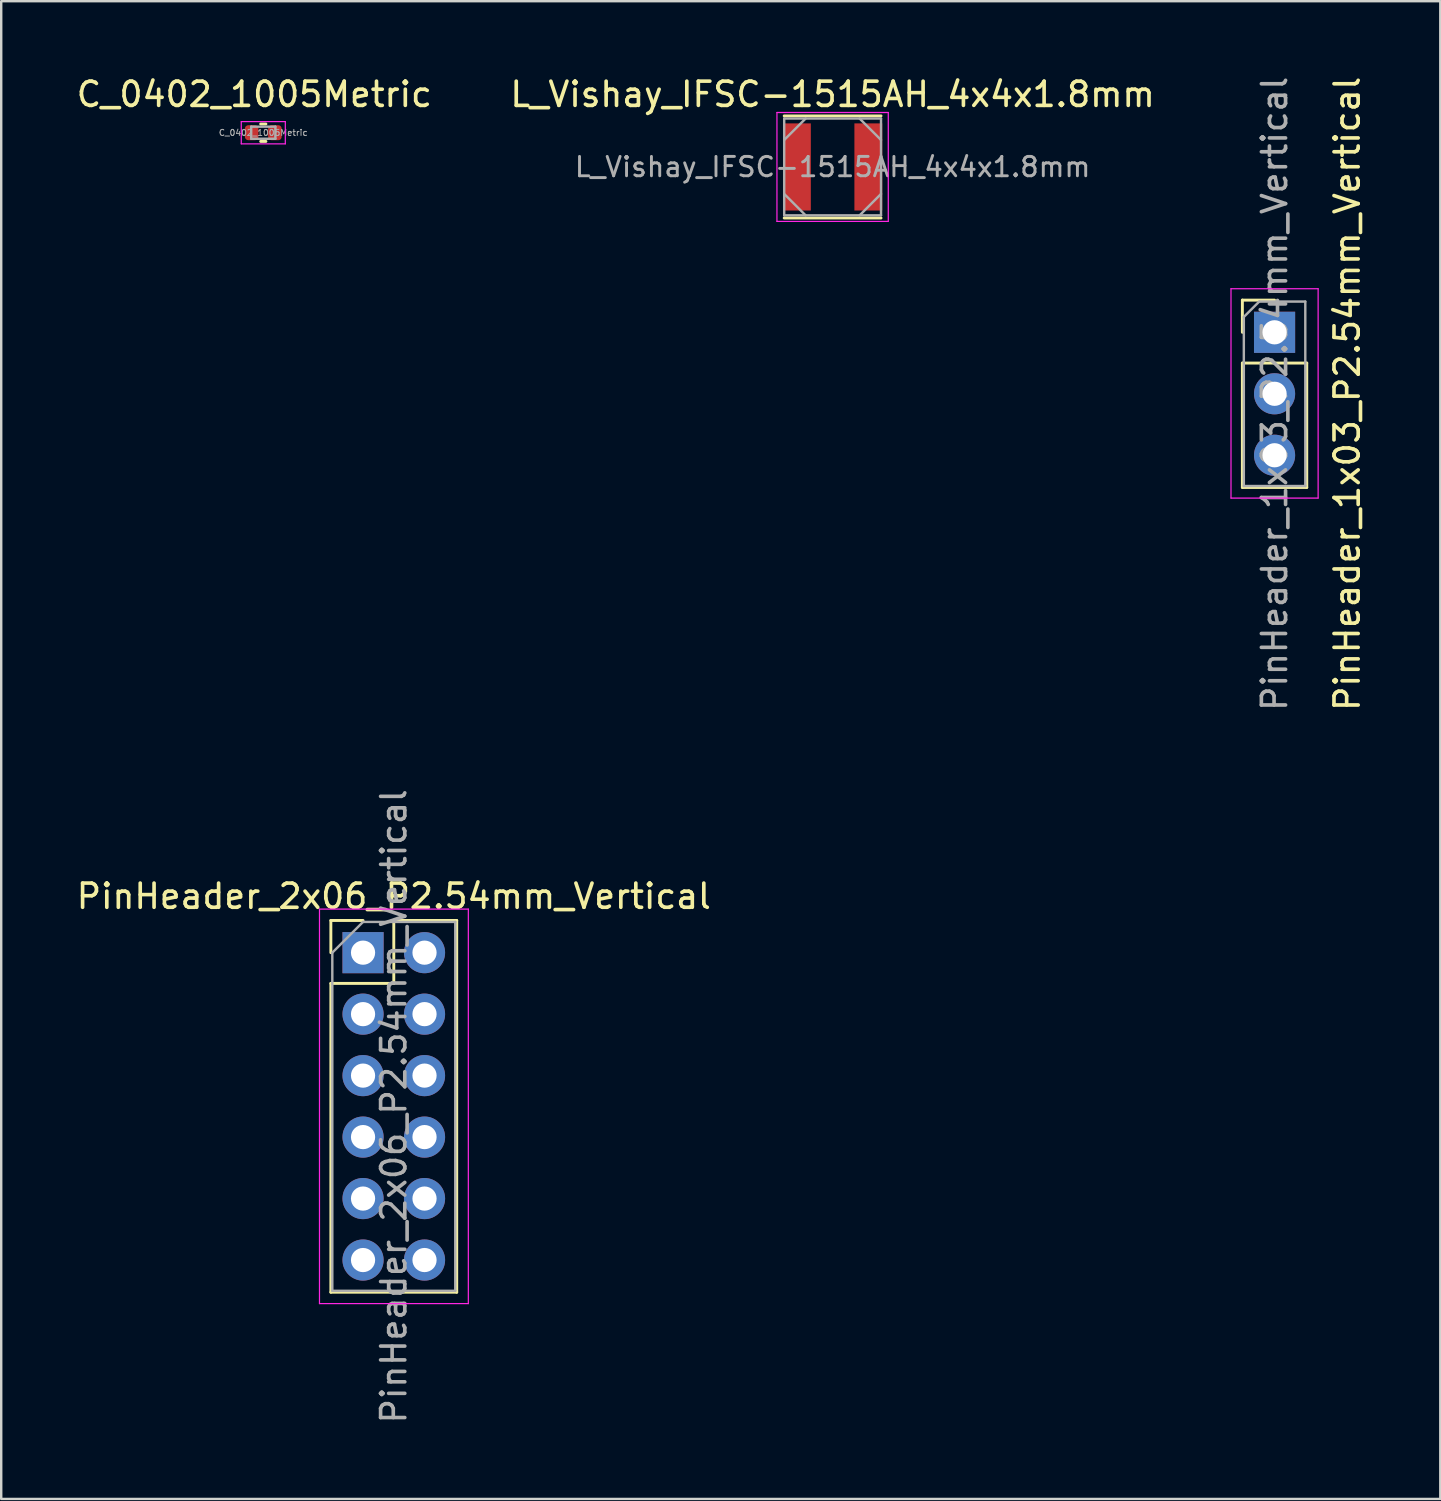
<source format=kicad_pcb>
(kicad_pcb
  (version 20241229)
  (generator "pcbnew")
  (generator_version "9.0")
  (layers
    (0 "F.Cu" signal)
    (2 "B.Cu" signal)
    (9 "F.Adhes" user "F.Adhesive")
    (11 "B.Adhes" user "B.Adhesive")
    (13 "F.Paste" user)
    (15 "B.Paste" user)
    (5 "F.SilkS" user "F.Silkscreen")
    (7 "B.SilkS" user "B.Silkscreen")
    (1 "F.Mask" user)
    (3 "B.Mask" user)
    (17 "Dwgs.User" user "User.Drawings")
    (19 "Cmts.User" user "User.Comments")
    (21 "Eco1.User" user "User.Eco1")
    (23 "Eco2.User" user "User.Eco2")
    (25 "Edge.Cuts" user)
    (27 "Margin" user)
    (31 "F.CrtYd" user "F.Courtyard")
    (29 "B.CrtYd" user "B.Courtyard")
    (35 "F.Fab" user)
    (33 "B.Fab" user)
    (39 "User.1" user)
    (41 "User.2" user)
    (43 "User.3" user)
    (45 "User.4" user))
  (footprint "PinHeader_1x03_P2.54mm_Vertical"
    (layer "F.Cu")
    (at 49.611 10.68)
    (property "Reference" "PinHeader_1x03_P2.54mm_Vertical" (at 3 2.54 270) (layer "F.SilkS") (effects (font (size 1 1) (thickness 0.15))))
    (attr through_hole)
    (fp_line (start -1.33 -1.33) (end 0 -1.33) (stroke (width 0.12) (type solid)) (layer "F.SilkS"))
    (fp_line (start -1.33 0) (end -1.33 -1.33) (stroke (width 0.12) (type solid)) (layer "F.SilkS"))
    (fp_line (start -1.33 1.27) (end -1.33 6.41) (stroke (width 0.12) (type solid)) (layer "F.SilkS"))
    (fp_line (start -1.33 1.27) (end 1.33 1.27) (stroke (width 0.12) (type solid)) (layer "F.SilkS"))
    (fp_line (start -1.33 6.41) (end 1.33 6.41) (stroke (width 0.12) (type solid)) (layer "F.SilkS"))
    (fp_line (start 1.33 1.27) (end 1.33 6.41) (stroke (width 0.12) (type solid)) (layer "F.SilkS"))
    (fp_line (start -1.8 -1.8) (end -1.8 6.85) (stroke (width 0.05) (type solid)) (layer "F.CrtYd"))
    (fp_line (start -1.8 6.85) (end 1.8 6.85) (stroke (width 0.05) (type solid)) (layer "F.CrtYd"))
    (fp_line (start 1.8 -1.8) (end -1.8 -1.8) (stroke (width 0.05) (type solid)) (layer "F.CrtYd"))
    (fp_line (start 1.8 6.85) (end 1.8 -1.8) (stroke (width 0.05) (type solid)) (layer "F.CrtYd"))
    (fp_line (start -1.27 -0.635) (end -0.635 -1.27) (stroke (width 0.1) (type solid)) (layer "F.Fab"))
    (fp_line (start -1.27 6.35) (end -1.27 -0.635) (stroke (width 0.1) (type solid)) (layer "F.Fab"))
    (fp_line (start -0.635 -1.27) (end 1.27 -1.27) (stroke (width 0.1) (type solid)) (layer "F.Fab"))
    (fp_line (start 1.27 -1.27) (end 1.27 6.35) (stroke (width 0.1) (type solid)) (layer "F.Fab"))
    (fp_line (start 1.27 6.35) (end -1.27 6.35) (stroke (width 0.1) (type solid)) (layer "F.Fab"))
    (fp_text user "${REFERENCE}" (at 0 2.54 270) (layer "F.Fab") (effects (font (size 1 1) (thickness 0.15))))
    (pad "1" thru_hole rect (at 0 0) (size 1.7 1.7) (drill 1) (layers "*.Cu" "*.Mask"))
    (pad "2" thru_hole oval (at 0 2.54) (size 1.7 1.7) (drill 1) (layers "*.Cu" "*.Mask"))
    (pad "3" thru_hole oval (at 0 5.08) (size 1.7 1.7) (drill 1) (layers "*.Cu" "*.Mask")))
  (footprint "PinHeader_2x06_P2.54mm_Vertical"
    (layer "F.Cu")
    (at 11.95 36.311)
    (property "Reference" "PinHeader_2x06_P2.54mm_Vertical" (at 1.27 -2.33 180) (layer "F.SilkS") (effects (font (size 1 1) (thickness 0.15))))
    (attr through_hole)
    (fp_line (start -1.33 -1.33) (end 0 -1.33) (stroke (width 0.12) (type solid)) (layer "F.SilkS"))
    (fp_line (start -1.33 0) (end -1.33 -1.33) (stroke (width 0.12) (type solid)) (layer "F.SilkS"))
    (fp_line (start -1.33 1.27) (end -1.33 14.03) (stroke (width 0.12) (type solid)) (layer "F.SilkS"))
    (fp_line (start -1.33 1.27) (end 1.27 1.27) (stroke (width 0.12) (type solid)) (layer "F.SilkS"))
    (fp_line (start -1.33 14.03) (end 3.87 14.03) (stroke (width 0.12) (type solid)) (layer "F.SilkS"))
    (fp_line (start 1.27 -1.33) (end 3.87 -1.33) (stroke (width 0.12) (type solid)) (layer "F.SilkS"))
    (fp_line (start 1.27 1.27) (end 1.27 -1.33) (stroke (width 0.12) (type solid)) (layer "F.SilkS"))
    (fp_line (start 3.87 -1.33) (end 3.87 14.03) (stroke (width 0.12) (type solid)) (layer "F.SilkS"))
    (fp_line (start -1.8 -1.8) (end -1.8 14.5) (stroke (width 0.05) (type solid)) (layer "F.CrtYd"))
    (fp_line (start -1.8 14.5) (end 4.35 14.5) (stroke (width 0.05) (type solid)) (layer "F.CrtYd"))
    (fp_line (start 4.35 -1.8) (end -1.8 -1.8) (stroke (width 0.05) (type solid)) (layer "F.CrtYd"))
    (fp_line (start 4.35 14.5) (end 4.35 -1.8) (stroke (width 0.05) (type solid)) (layer "F.CrtYd"))
    (fp_line (start -1.27 0) (end 0 -1.27) (stroke (width 0.1) (type solid)) (layer "F.Fab"))
    (fp_line (start -1.27 13.97) (end -1.27 0) (stroke (width 0.1) (type solid)) (layer "F.Fab"))
    (fp_line (start 0 -1.27) (end 3.81 -1.27) (stroke (width 0.1) (type solid)) (layer "F.Fab"))
    (fp_line (start 3.81 -1.27) (end 3.81 13.97) (stroke (width 0.1) (type solid)) (layer "F.Fab"))
    (fp_line (start 3.81 13.97) (end -1.27 13.97) (stroke (width 0.1) (type solid)) (layer "F.Fab"))
    (fp_text user "${REFERENCE}" (at 1.27 6.35 270) (layer "F.Fab") (effects (font (size 1 1) (thickness 0.15))))
    (pad "1" thru_hole rect (at 0 0) (size 1.7 1.7) (drill 1) (layers "*.Cu" "*.Mask"))
    (pad "2" thru_hole oval (at 2.54 0) (size 1.7 1.7) (drill 1) (layers "*.Cu" "*.Mask"))
    (pad "3" thru_hole oval (at 0 2.54) (size 1.7 1.7) (drill 1) (layers "*.Cu" "*.Mask"))
    (pad "4" thru_hole oval (at 2.54 2.54) (size 1.7 1.7) (drill 1) (layers "*.Cu" "*.Mask"))
    (pad "5" thru_hole oval (at 0 5.08) (size 1.7 1.7) (drill 1) (layers "*.Cu" "*.Mask"))
    (pad "6" thru_hole oval (at 2.54 5.08) (size 1.7 1.7) (drill 1) (layers "*.Cu" "*.Mask"))
    (pad "7" thru_hole oval (at 0 7.62) (size 1.7 1.7) (drill 1) (layers "*.Cu" "*.Mask"))
    (pad "8" thru_hole oval (at 2.54 7.62) (size 1.7 1.7) (drill 1) (layers "*.Cu" "*.Mask"))
    (pad "9" thru_hole oval (at 0 10.16) (size 1.7 1.7) (drill 1) (layers "*.Cu" "*.Mask"))
    (pad "10" thru_hole oval (at 2.54 10.16) (size 1.7 1.7) (drill 1) (layers "*.Cu" "*.Mask"))
    (pad "11" thru_hole oval (at 0 12.7) (size 1.7 1.7) (drill 1) (layers "*.Cu" "*.Mask"))
    (pad "12" thru_hole oval (at 2.54 12.7) (size 1.7 1.7) (drill 1) (layers "*.Cu" "*.Mask")))
  (footprint "C_0402_1005Metric"
    (layer "F.Cu")
    (at 7.828 2.433)
    (property "Reference" "C_0402_1005Metric" (at -0.37 -1.585 0) (layer "F.SilkS") (effects (font (size 1 1) (thickness 0.15))))
    (attr smd)
    (fp_line (start -0.108 -0.36) (end 0.108 -0.36) (stroke (width 0.12) (type solid)) (layer "F.SilkS"))
    (fp_line (start -0.108 0.36) (end 0.108 0.36) (stroke (width 0.12) (type solid)) (layer "F.SilkS"))
    (fp_line (start -0.91 -0.46) (end 0.91 -0.46) (stroke (width 0.05) (type solid)) (layer "F.CrtYd"))
    (fp_line (start -0.91 0.46) (end -0.91 -0.46) (stroke (width 0.05) (type solid)) (layer "F.CrtYd"))
    (fp_line (start 0.91 -0.46) (end 0.91 0.46) (stroke (width 0.05) (type solid)) (layer "F.CrtYd"))
    (fp_line (start 0.91 0.46) (end -0.91 0.46) (stroke (width 0.05) (type solid)) (layer "F.CrtYd"))
    (fp_line (start -0.5 -0.25) (end 0.5 -0.25) (stroke (width 0.1) (type solid)) (layer "F.Fab"))
    (fp_line (start -0.5 0.25) (end -0.5 -0.25) (stroke (width 0.1) (type solid)) (layer "F.Fab"))
    (fp_line (start 0.5 -0.25) (end 0.5 0.25) (stroke (width 0.1) (type solid)) (layer "F.Fab"))
    (fp_line (start 0.5 0.25) (end -0.5 0.25) (stroke (width 0.1) (type solid)) (layer "F.Fab"))
    (fp_text user "${REFERENCE}" (at 0 0 0) (layer "F.Fab") (effects (font (size 0.25 0.25) (thickness 0.04))))
    (pad "1" smd roundrect (at -0.48 0) (size 0.56 0.62) (layers "F.Cu" "F.Mask" "F.Paste") (roundrect_rratio 0.25))
    (pad "2" smd roundrect (at 0.48 0) (size 0.56 0.62) (layers "F.Cu" "F.Mask" "F.Paste") (roundrect_rratio 0.25)))
  (footprint "L_Vishay_IFSC-1515AH_4x4x1.8mm"
    (layer "F.Cu")
    (at 31.351 3.848)
    (property "Reference" "L_Vishay_IFSC-1515AH_4x4x1.8mm" (at 0 -3 0) (layer "F.SilkS") (effects (font (size 1 1) (thickness 0.15))))
    (attr smd)
    (fp_line (start -2 -2.11) (end 2 -2.11) (stroke (width 0.12) (type solid)) (layer "F.SilkS"))
    (fp_line (start 2 2.11) (end -2 2.11) (stroke (width 0.12) (type solid)) (layer "F.SilkS"))
    (fp_line (start -2.3 -2.25) (end 2.3 -2.25) (stroke (width 0.05) (type solid)) (layer "F.CrtYd"))
    (fp_line (start -2.3 2.25) (end -2.3 -2.25) (stroke (width 0.05) (type solid)) (layer "F.CrtYd"))
    (fp_line (start 2.3 -2.25) (end 2.3 2.25) (stroke (width 0.05) (type solid)) (layer "F.CrtYd"))
    (fp_line (start 2.3 2.25) (end -2.3 2.25) (stroke (width 0.05) (type solid)) (layer "F.CrtYd"))
    (fp_line (start -2 -2) (end 2 -2) (stroke (width 0.1) (type solid)) (layer "F.Fab"))
    (fp_line (start -2 -1.115) (end -1.115 -2) (stroke (width 0.1) (type solid)) (layer "F.Fab"))
    (fp_line (start -2 2) (end -2 -2) (stroke (width 0.1) (type solid)) (layer "F.Fab"))
    (fp_line (start -1.115 2) (end -2 1.115) (stroke (width 0.1) (type solid)) (layer "F.Fab"))
    (fp_line (start 1.115 -2) (end 2 -1.115) (stroke (width 0.1) (type solid)) (layer "F.Fab"))
    (fp_line (start 2 -2) (end 2 2) (stroke (width 0.1) (type solid)) (layer "F.Fab"))
    (fp_line (start 2 1.115) (end 1.115 2) (stroke (width 0.1) (type solid)) (layer "F.Fab"))
    (fp_line (start 2 2) (end -2 2) (stroke (width 0.1) (type solid)) (layer "F.Fab"))
    (fp_text user "${REFERENCE}" (at 0 0 0) (layer "F.Fab") (effects (font (size 0.8 0.8) (thickness 0.12))))
    (pad "1" smd rect (at -1.475 0) (size 1.15 3.6) (layers "F.Cu" "F.Mask" "F.Paste"))
    (pad "2" smd rect (at 1.475 0) (size 1.15 3.6) (layers "F.Cu" "F.Mask" "F.Paste")))
  (gr_rect
    (start -3 -3)
    (end 56.459 58.881)
    (stroke (width 0.1) (type default))
    (fill no)
    (layer "Edge.Cuts")))
</source>
